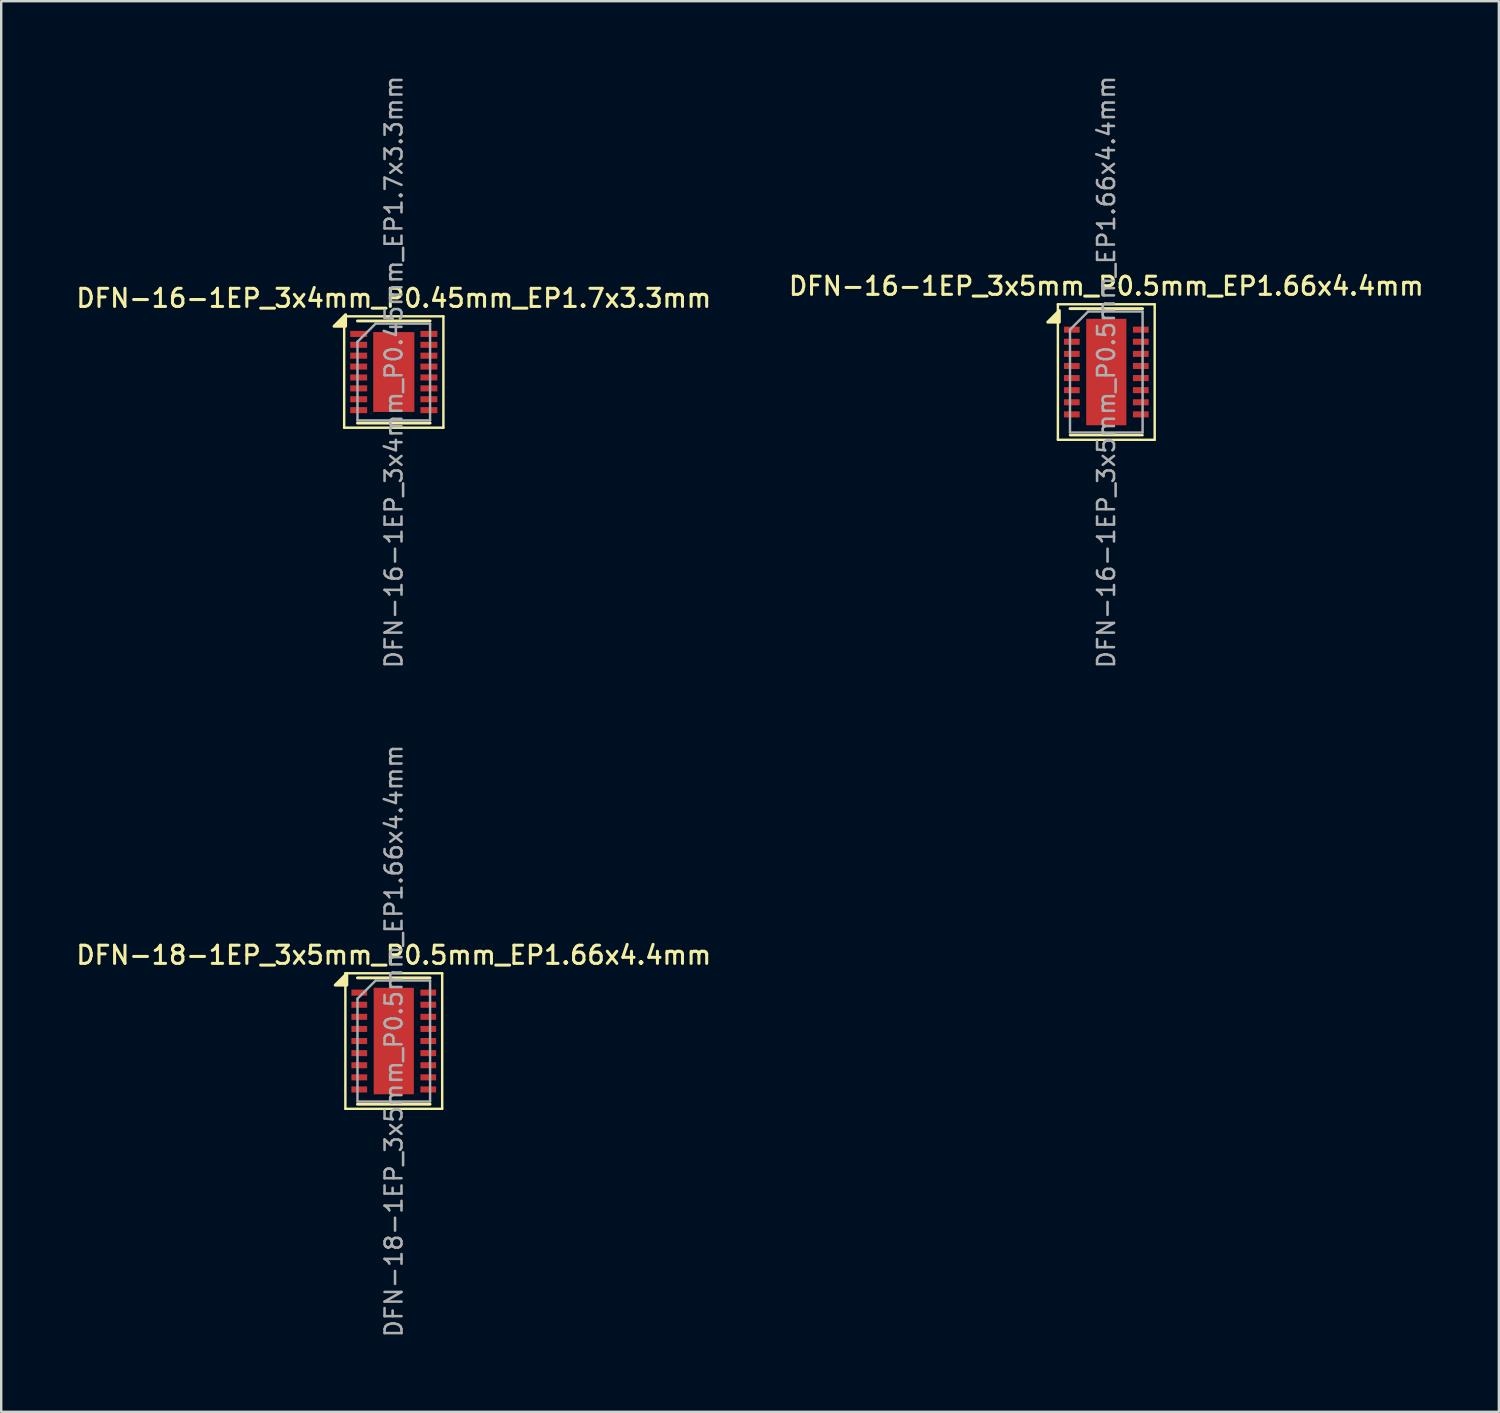
<source format=kicad_pcb>
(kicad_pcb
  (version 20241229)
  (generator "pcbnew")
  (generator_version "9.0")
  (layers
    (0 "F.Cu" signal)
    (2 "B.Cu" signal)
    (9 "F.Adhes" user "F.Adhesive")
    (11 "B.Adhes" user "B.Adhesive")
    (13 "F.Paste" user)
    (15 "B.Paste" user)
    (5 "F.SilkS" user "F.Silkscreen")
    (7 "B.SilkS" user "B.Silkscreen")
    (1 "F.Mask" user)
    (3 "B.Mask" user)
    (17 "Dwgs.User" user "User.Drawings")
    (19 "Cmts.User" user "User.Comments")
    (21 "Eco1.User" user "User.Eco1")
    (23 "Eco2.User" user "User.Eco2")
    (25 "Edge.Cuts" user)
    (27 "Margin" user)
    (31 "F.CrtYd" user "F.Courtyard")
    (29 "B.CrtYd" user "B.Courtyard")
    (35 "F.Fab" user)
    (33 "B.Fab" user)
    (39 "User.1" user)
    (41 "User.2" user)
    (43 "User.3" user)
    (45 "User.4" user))
  (footprint "DFN-16-1EP_3x5mm_P0.5mm_EP1.66x4.4mm"
    (layer "F.Cu")
    (at 42.659 12.321)
    (property "Reference" "DFN-16-1EP_3x5mm_P0.5mm_EP1.66x4.4mm" (at 0 -3.55 0) (layer "F.SilkS") (effects (font (size 0.75 0.75) (thickness 0.125))))
    (attr smd)
    (fp_line (start -2 -2.8) (end -2 2.8) (stroke (width 0.1) (type solid)) (layer "F.SilkS"))
    (fp_line (start -2 -2.8) (end 2 -2.8) (stroke (width 0.1) (type solid)) (layer "F.SilkS"))
    (fp_line (start -2 2.8) (end 2 2.8) (stroke (width 0.1) (type solid)) (layer "F.SilkS"))
    (fp_line (start -1.5 -2.62) (end 1.5 -2.62) (stroke (width 0.12) (type solid)) (layer "F.SilkS"))
    (fp_line (start -1.5 2.61) (end 1.5 2.61) (stroke (width 0.1) (type solid)) (layer "F.SilkS"))
    (fp_line (start 2 -2.8) (end 2 2.8) (stroke (width 0.1) (type solid)) (layer "F.SilkS"))
    (fp_poly (pts (xy -1.94 -2.06) (xy -2.42 -2.06) (xy -1.94 -2.54) (xy -1.94 -2.06)) (stroke (width 0.12) (type solid)) (fill yes) (layer "F.SilkS"))
    (fp_line (start -1.5 -1.75) (end -0.75 -2.5) (stroke (width 0.1) (type solid)) (layer "F.Fab"))
    (fp_line (start -1.5 2.5) (end -1.5 -1.75) (stroke (width 0.1) (type solid)) (layer "F.Fab"))
    (fp_line (start -0.75 -2.5) (end 1.5 -2.5) (stroke (width 0.1) (type solid)) (layer "F.Fab"))
    (fp_line (start 1.5 -2.5) (end 1.5 2.5) (stroke (width 0.1) (type solid)) (layer "F.Fab"))
    (fp_line (start 1.5 2.5) (end -1.5 2.5) (stroke (width 0.1) (type solid)) (layer "F.Fab"))
    (fp_text user "${REFERENCE}" (at 0 0 90) (layer "F.Fab") (effects (font (size 0.7 0.7) (thickness 0.105))))
    (pad "" smd rect (at -0.415 -1.76) (size 0.67 0.71) (layers "F.Paste"))
    (pad "" smd rect (at -0.415 -0.88) (size 0.67 0.71) (layers "F.Paste"))
    (pad "" smd rect (at -0.415 0) (size 0.67 0.71) (layers "F.Paste"))
    (pad "" smd rect (at -0.415 0.88) (size 0.67 0.71) (layers "F.Paste"))
    (pad "" smd rect (at -0.415 1.76) (size 0.67 0.71) (layers "F.Paste"))
    (pad "" smd rect (at 0.415 -1.76) (size 0.67 0.71) (layers "F.Paste"))
    (pad "" smd rect (at 0.415 -0.88) (size 0.67 0.71) (layers "F.Paste"))
    (pad "" smd rect (at 0.415 0) (size 0.67 0.71) (layers "F.Paste"))
    (pad "" smd rect (at 0.415 0.88) (size 0.67 0.71) (layers "F.Paste"))
    (pad "" smd rect (at 0.415 1.76) (size 0.67 0.71) (layers "F.Paste"))
    (pad "1" smd rect (at -1.425 -1.75) (size 0.65 0.25) (layers "F.Cu" "F.Mask" "F.Paste"))
    (pad "2" smd rect (at -1.425 -1.25) (size 0.65 0.25) (layers "F.Cu" "F.Mask" "F.Paste"))
    (pad "3" smd rect (at -1.425 -0.75) (size 0.65 0.25) (layers "F.Cu" "F.Mask" "F.Paste"))
    (pad "4" smd rect (at -1.425 -0.25) (size 0.65 0.25) (layers "F.Cu" "F.Mask" "F.Paste"))
    (pad "5" smd rect (at -1.425 0.25) (size 0.65 0.25) (layers "F.Cu" "F.Mask" "F.Paste"))
    (pad "6" smd rect (at -1.425 0.75) (size 0.65 0.25) (layers "F.Cu" "F.Mask" "F.Paste"))
    (pad "7" smd rect (at -1.425 1.25) (size 0.65 0.25) (layers "F.Cu" "F.Mask" "F.Paste"))
    (pad "8" smd rect (at -1.425 1.75) (size 0.65 0.25) (layers "F.Cu" "F.Mask" "F.Paste"))
    (pad "9" smd rect (at 1.425 1.75) (size 0.65 0.25) (layers "F.Cu" "F.Mask" "F.Paste"))
    (pad "10" smd rect (at 1.425 1.25) (size 0.65 0.25) (layers "F.Cu" "F.Mask" "F.Paste"))
    (pad "11" smd rect (at 1.425 0.75) (size 0.65 0.25) (layers "F.Cu" "F.Mask" "F.Paste"))
    (pad "12" smd rect (at 1.425 0.25) (size 0.65 0.25) (layers "F.Cu" "F.Mask" "F.Paste"))
    (pad "13" smd rect (at 1.425 -0.25) (size 0.65 0.25) (layers "F.Cu" "F.Mask" "F.Paste"))
    (pad "14" smd rect (at 1.425 -0.75) (size 0.65 0.25) (layers "F.Cu" "F.Mask" "F.Paste"))
    (pad "15" smd rect (at 1.425 -1.25) (size 0.65 0.25) (layers "F.Cu" "F.Mask" "F.Paste"))
    (pad "16" smd rect (at 1.425 -1.75) (size 0.65 0.25) (layers "F.Cu" "F.Mask" "F.Paste"))
    (pad "17" smd rect (at 0 0) (size 1.66 4.4) (layers "F.Cu" "F.Mask")))
  (footprint "DFN-16-1EP_3x4mm_P0.45mm_EP1.7x3.3mm"
    (layer "F.Cu")
    (at 13.22 12.321)
    (property "Reference" "DFN-16-1EP_3x4mm_P0.45mm_EP1.7x3.3mm" (at 0 -3.05 0) (layer "F.SilkS") (effects (font (size 0.75 0.75) (thickness 0.125))))
    (attr smd)
    (fp_line (start -2.05 -2.3) (end -2.05 2.3) (stroke (width 0.1) (type solid)) (layer "F.SilkS"))
    (fp_line (start -2.05 -2.3) (end 2.05 -2.3) (stroke (width 0.1) (type solid)) (layer "F.SilkS"))
    (fp_line (start -2.05 2.3) (end 2.05 2.3) (stroke (width 0.1) (type solid)) (layer "F.SilkS"))
    (fp_line (start -1.5 -2.11) (end 1.5 -2.11) (stroke (width 0.12) (type solid)) (layer "F.SilkS"))
    (fp_line (start -1.5 2.11) (end 1.5 2.11) (stroke (width 0.12) (type solid)) (layer "F.SilkS"))
    (fp_line (start 2.05 -2.3) (end 2.05 2.3) (stroke (width 0.1) (type solid)) (layer "F.SilkS"))
    (fp_poly (pts (xy -1.99 -1.89) (xy -2.47 -1.89) (xy -1.99 -2.37) (xy -1.99 -1.89)) (stroke (width 0.12) (type solid)) (fill yes) (layer "F.SilkS"))
    (fp_line (start -1.5 -1.25) (end -0.75 -2) (stroke (width 0.1) (type solid)) (layer "F.Fab"))
    (fp_line (start -1.5 2) (end -1.5 -1.25) (stroke (width 0.1) (type solid)) (layer "F.Fab"))
    (fp_line (start -0.75 -2) (end 1.5 -2) (stroke (width 0.1) (type solid)) (layer "F.Fab"))
    (fp_line (start 1.5 -2) (end 1.5 2) (stroke (width 0.1) (type solid)) (layer "F.Fab"))
    (fp_line (start 1.5 2) (end -1.5 2) (stroke (width 0.1) (type solid)) (layer "F.Fab"))
    (fp_text user "${REFERENCE}" (at 0 0 90) (layer "F.Fab") (effects (font (size 0.7 0.7) (thickness 0.105))))
    (pad "" smd rect (at -0.425 -1.238) (size 0.685 0.67) (layers "F.Paste"))
    (pad "" smd rect (at -0.425 -0.412) (size 0.685 0.67) (layers "F.Paste"))
    (pad "" smd rect (at -0.425 0.412) (size 0.685 0.67) (layers "F.Paste"))
    (pad "" smd rect (at -0.425 1.238) (size 0.685 0.67) (layers "F.Paste"))
    (pad "" smd rect (at 0.425 -1.238) (size 0.685 0.67) (layers "F.Paste"))
    (pad "" smd rect (at 0.425 -0.412) (size 0.685 0.67) (layers "F.Paste"))
    (pad "" smd rect (at 0.425 0.412) (size 0.685 0.67) (layers "F.Paste"))
    (pad "" smd rect (at 0.425 1.238) (size 0.685 0.67) (layers "F.Paste"))
    (pad "1" smd rect (at -1.45 -1.575) (size 0.7 0.25) (layers "F.Cu" "F.Mask" "F.Paste"))
    (pad "2" smd rect (at -1.45 -1.125) (size 0.7 0.25) (layers "F.Cu" "F.Mask" "F.Paste"))
    (pad "3" smd rect (at -1.45 -0.675) (size 0.7 0.25) (layers "F.Cu" "F.Mask" "F.Paste"))
    (pad "4" smd rect (at -1.45 -0.225) (size 0.7 0.25) (layers "F.Cu" "F.Mask" "F.Paste"))
    (pad "5" smd rect (at -1.45 0.225) (size 0.7 0.25) (layers "F.Cu" "F.Mask" "F.Paste"))
    (pad "6" smd rect (at -1.45 0.675) (size 0.7 0.25) (layers "F.Cu" "F.Mask" "F.Paste"))
    (pad "7" smd rect (at -1.45 1.125) (size 0.7 0.25) (layers "F.Cu" "F.Mask" "F.Paste"))
    (pad "8" smd rect (at -1.45 1.575) (size 0.7 0.25) (layers "F.Cu" "F.Mask" "F.Paste"))
    (pad "9" smd rect (at 1.45 1.575) (size 0.7 0.25) (layers "F.Cu" "F.Mask" "F.Paste"))
    (pad "10" smd rect (at 1.45 1.125) (size 0.7 0.25) (layers "F.Cu" "F.Mask" "F.Paste"))
    (pad "11" smd rect (at 1.45 0.675) (size 0.7 0.25) (layers "F.Cu" "F.Mask" "F.Paste"))
    (pad "12" smd rect (at 1.45 0.225) (size 0.7 0.25) (layers "F.Cu" "F.Mask" "F.Paste"))
    (pad "13" smd rect (at 1.45 -0.225) (size 0.7 0.25) (layers "F.Cu" "F.Mask" "F.Paste"))
    (pad "14" smd rect (at 1.45 -0.675) (size 0.7 0.25) (layers "F.Cu" "F.Mask" "F.Paste"))
    (pad "15" smd rect (at 1.45 -1.125) (size 0.7 0.25) (layers "F.Cu" "F.Mask" "F.Paste"))
    (pad "16" smd rect (at 1.45 -1.575) (size 0.7 0.25) (layers "F.Cu" "F.Mask" "F.Paste"))
    (pad "17" smd rect (at 0 0) (size 1.7 3.3) (layers "F.Cu" "F.Mask")))
  (footprint "DFN-18-1EP_3x5mm_P0.5mm_EP1.66x4.4mm"
    (layer "F.Cu")
    (at 13.22 39.963)
    (property "Reference" "DFN-18-1EP_3x5mm_P0.5mm_EP1.66x4.4mm" (at 0 -3.55 0) (layer "F.SilkS") (effects (font (size 0.75 0.75) (thickness 0.125))))
    (attr smd)
    (fp_line (start -2 -2.8) (end -2 2.8) (stroke (width 0.1) (type solid)) (layer "F.SilkS"))
    (fp_line (start -2 -2.8) (end 2 -2.8) (stroke (width 0.1) (type solid)) (layer "F.SilkS"))
    (fp_line (start -2 2.8) (end 2 2.8) (stroke (width 0.1) (type solid)) (layer "F.SilkS"))
    (fp_line (start -1.5 -2.61) (end 1.5 -2.61) (stroke (width 0.12) (type solid)) (layer "F.SilkS"))
    (fp_line (start -1.5 2.61) (end 1.5 2.61) (stroke (width 0.12) (type solid)) (layer "F.SilkS"))
    (fp_line (start 2 -2.8) (end 2 2.8) (stroke (width 0.1) (type solid)) (layer "F.SilkS"))
    (fp_poly (pts (xy -1.94 -2.31) (xy -2.42 -2.31) (xy -1.94 -2.79) (xy -1.94 -2.31)) (stroke (width 0.12) (type solid)) (fill yes) (layer "F.SilkS"))
    (fp_line (start -1.5 -1.75) (end -0.75 -2.5) (stroke (width 0.1) (type solid)) (layer "F.Fab"))
    (fp_line (start -1.5 2.5) (end -1.5 -1.75) (stroke (width 0.1) (type solid)) (layer "F.Fab"))
    (fp_line (start -0.75 -2.5) (end 1.5 -2.5) (stroke (width 0.1) (type solid)) (layer "F.Fab"))
    (fp_line (start 1.5 -2.5) (end 1.5 2.5) (stroke (width 0.1) (type solid)) (layer "F.Fab"))
    (fp_line (start 1.5 2.5) (end -1.5 2.5) (stroke (width 0.1) (type solid)) (layer "F.Fab"))
    (fp_text user "${REFERENCE}" (at 0 0 90) (layer "F.Fab") (effects (font (size 0.7 0.7) (thickness 0.105))))
    (pad "" smd rect (at -0.415 -1.76) (size 0.67 0.71) (layers "F.Paste"))
    (pad "" smd rect (at -0.415 -0.88) (size 0.67 0.71) (layers "F.Paste"))
    (pad "" smd rect (at -0.415 0) (size 0.67 0.71) (layers "F.Paste"))
    (pad "" smd rect (at -0.415 0.88) (size 0.67 0.71) (layers "F.Paste"))
    (pad "" smd rect (at -0.415 1.76) (size 0.67 0.71) (layers "F.Paste"))
    (pad "" smd rect (at 0.415 -1.76) (size 0.67 0.71) (layers "F.Paste"))
    (pad "" smd rect (at 0.415 -0.88) (size 0.67 0.71) (layers "F.Paste"))
    (pad "" smd rect (at 0.415 0) (size 0.67 0.71) (layers "F.Paste"))
    (pad "" smd rect (at 0.415 0.88) (size 0.67 0.71) (layers "F.Paste"))
    (pad "" smd rect (at 0.415 1.76) (size 0.67 0.71) (layers "F.Paste"))
    (pad "1" smd rect (at -1.425 -2) (size 0.65 0.25) (layers "F.Cu" "F.Mask" "F.Paste"))
    (pad "2" smd rect (at -1.425 -1.5) (size 0.65 0.25) (layers "F.Cu" "F.Mask" "F.Paste"))
    (pad "3" smd rect (at -1.425 -1) (size 0.65 0.25) (layers "F.Cu" "F.Mask" "F.Paste"))
    (pad "4" smd rect (at -1.425 -0.5) (size 0.65 0.25) (layers "F.Cu" "F.Mask" "F.Paste"))
    (pad "5" smd rect (at -1.425 0) (size 0.65 0.25) (layers "F.Cu" "F.Mask" "F.Paste"))
    (pad "6" smd rect (at -1.425 0.5) (size 0.65 0.25) (layers "F.Cu" "F.Mask" "F.Paste"))
    (pad "7" smd rect (at -1.425 1) (size 0.65 0.25) (layers "F.Cu" "F.Mask" "F.Paste"))
    (pad "8" smd rect (at -1.425 1.5) (size 0.65 0.25) (layers "F.Cu" "F.Mask" "F.Paste"))
    (pad "9" smd rect (at -1.425 2) (size 0.65 0.25) (layers "F.Cu" "F.Mask" "F.Paste"))
    (pad "10" smd rect (at 1.425 2) (size 0.65 0.25) (layers "F.Cu" "F.Mask" "F.Paste"))
    (pad "11" smd rect (at 1.425 1.5) (size 0.65 0.25) (layers "F.Cu" "F.Mask" "F.Paste"))
    (pad "12" smd rect (at 1.425 1) (size 0.65 0.25) (layers "F.Cu" "F.Mask" "F.Paste"))
    (pad "13" smd rect (at 1.425 0.5) (size 0.65 0.25) (layers "F.Cu" "F.Mask" "F.Paste"))
    (pad "14" smd rect (at 1.425 0) (size 0.65 0.25) (layers "F.Cu" "F.Mask" "F.Paste"))
    (pad "15" smd rect (at 1.425 -0.5) (size 0.65 0.25) (layers "F.Cu" "F.Mask" "F.Paste"))
    (pad "16" smd rect (at 1.425 -1) (size 0.65 0.25) (layers "F.Cu" "F.Mask" "F.Paste"))
    (pad "17" smd rect (at 1.425 -1.5) (size 0.65 0.25) (layers "F.Cu" "F.Mask" "F.Paste"))
    (pad "18" smd rect (at 1.425 -2) (size 0.65 0.25) (layers "F.Cu" "F.Mask" "F.Paste"))
    (pad "19" smd rect (at 0 0) (size 1.66 4.4) (layers "F.Cu" "F.Mask")))
  (gr_rect
    (start -3 -3)
    (end 58.879 55.283)
    (stroke (width 0.1) (type default))
    (fill no)
    (layer "Edge.Cuts")))
</source>
